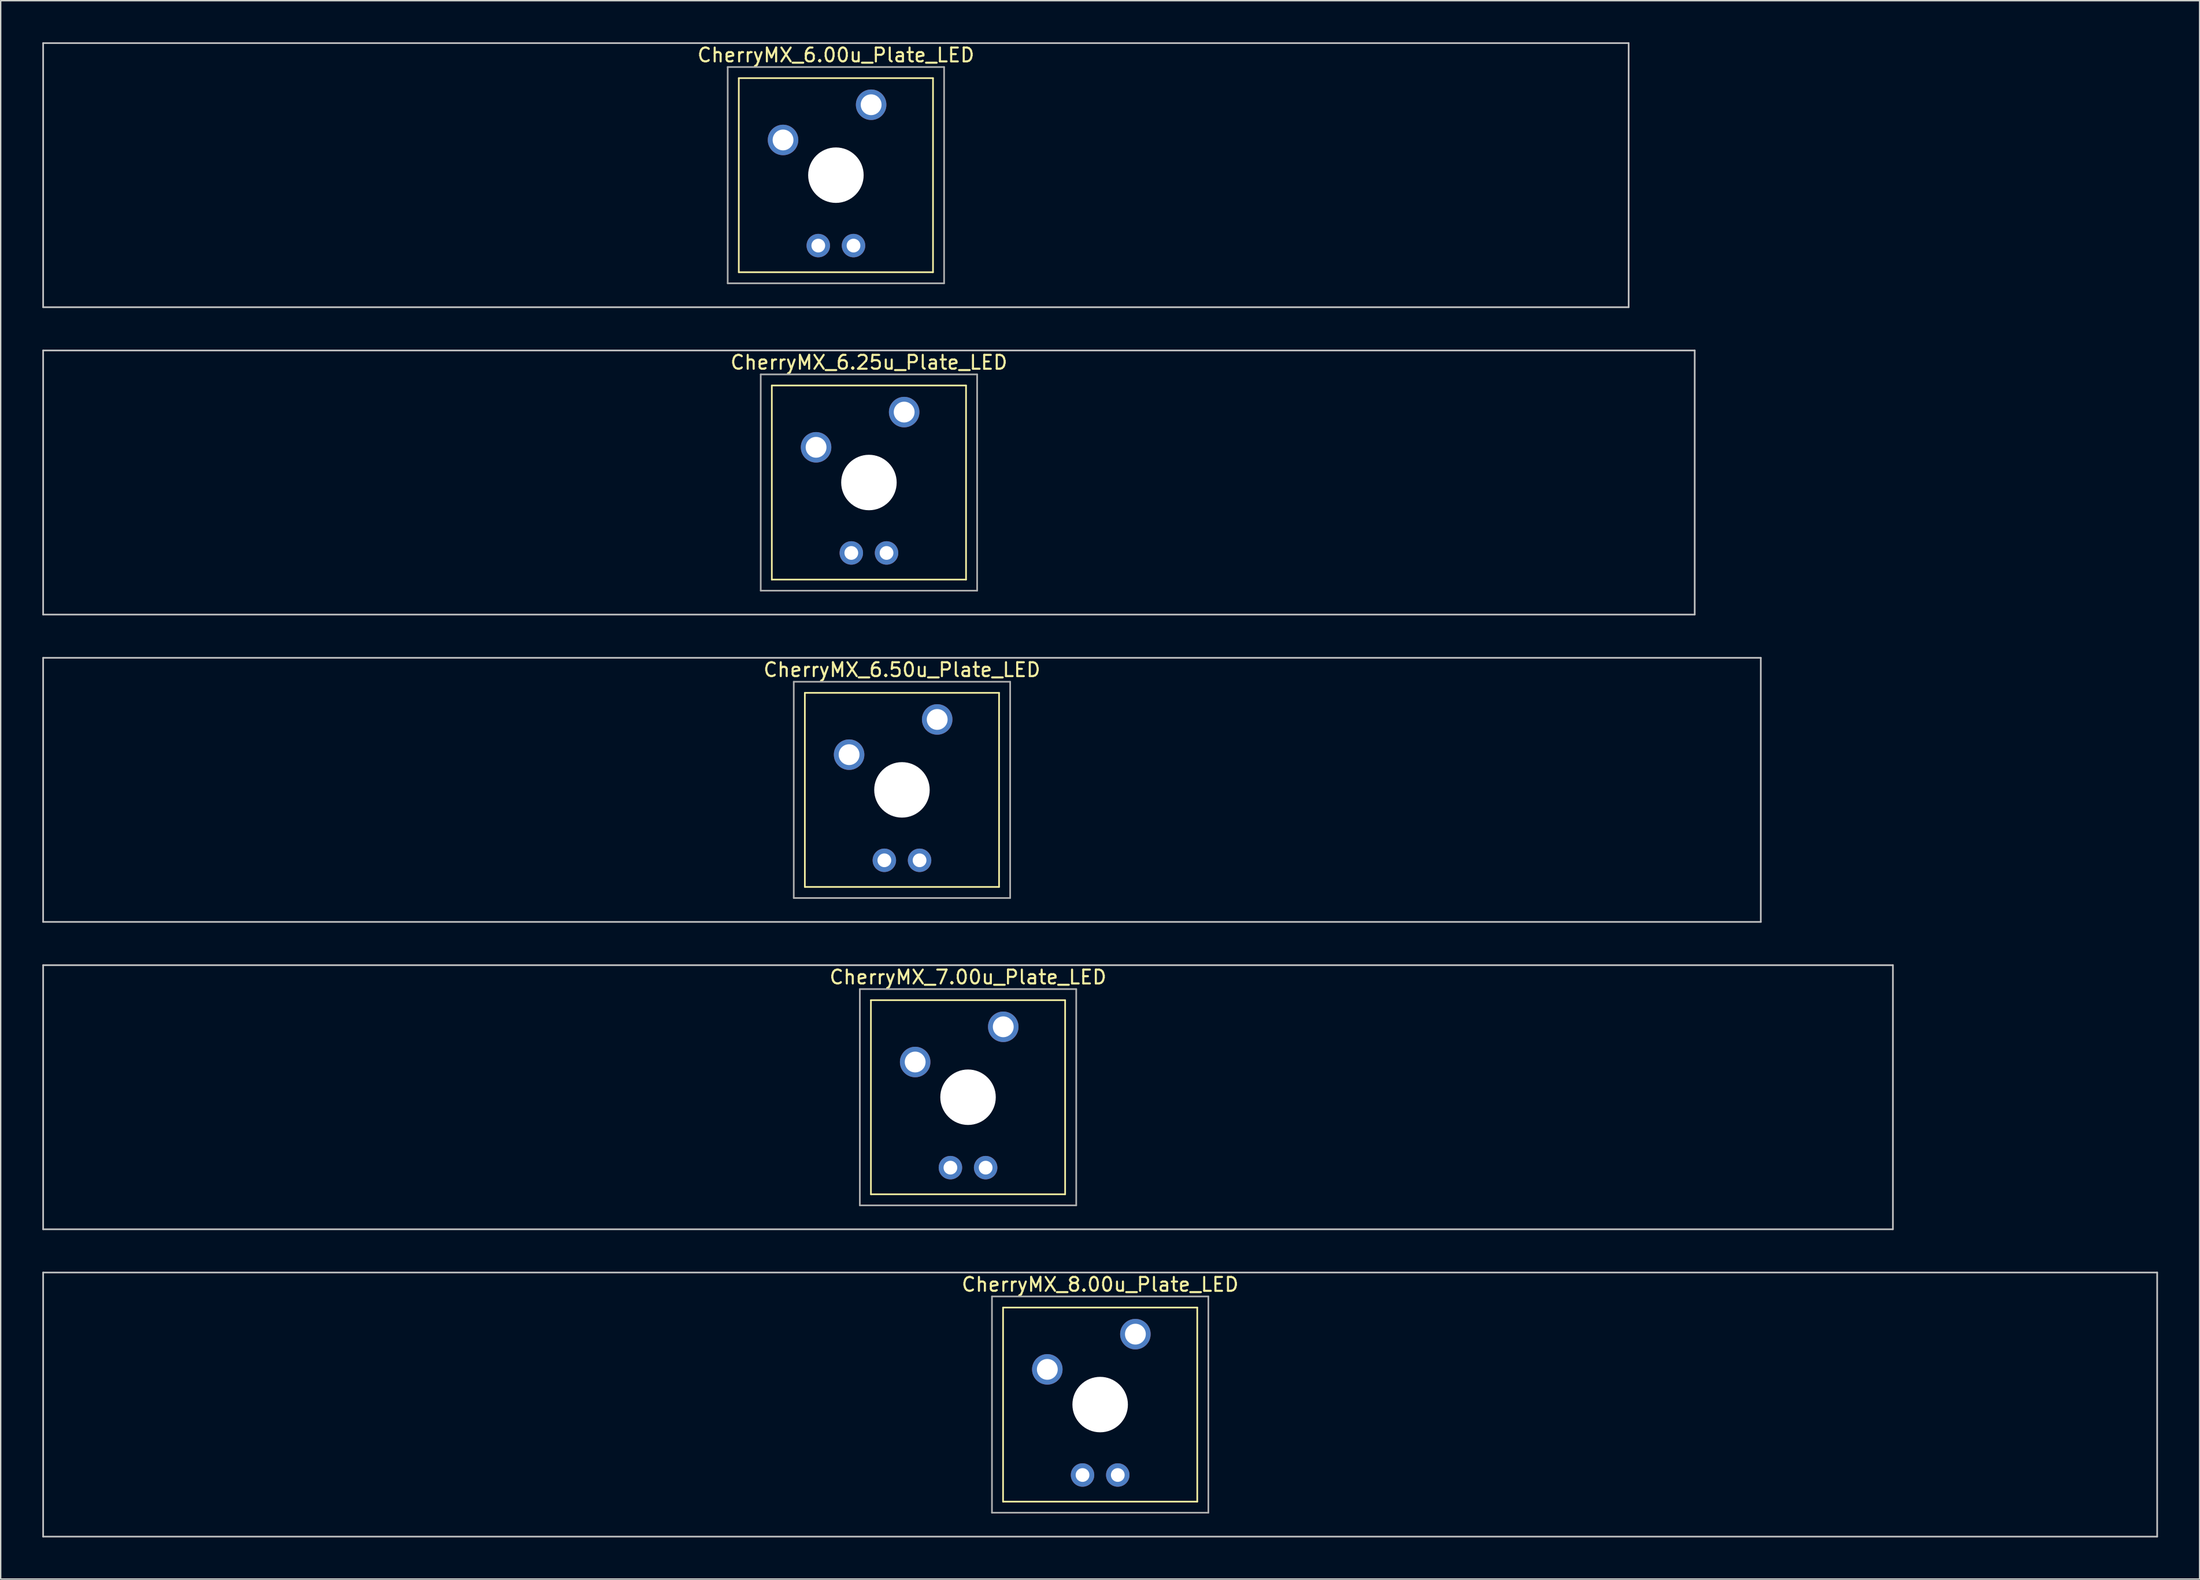
<source format=kicad_pcb>
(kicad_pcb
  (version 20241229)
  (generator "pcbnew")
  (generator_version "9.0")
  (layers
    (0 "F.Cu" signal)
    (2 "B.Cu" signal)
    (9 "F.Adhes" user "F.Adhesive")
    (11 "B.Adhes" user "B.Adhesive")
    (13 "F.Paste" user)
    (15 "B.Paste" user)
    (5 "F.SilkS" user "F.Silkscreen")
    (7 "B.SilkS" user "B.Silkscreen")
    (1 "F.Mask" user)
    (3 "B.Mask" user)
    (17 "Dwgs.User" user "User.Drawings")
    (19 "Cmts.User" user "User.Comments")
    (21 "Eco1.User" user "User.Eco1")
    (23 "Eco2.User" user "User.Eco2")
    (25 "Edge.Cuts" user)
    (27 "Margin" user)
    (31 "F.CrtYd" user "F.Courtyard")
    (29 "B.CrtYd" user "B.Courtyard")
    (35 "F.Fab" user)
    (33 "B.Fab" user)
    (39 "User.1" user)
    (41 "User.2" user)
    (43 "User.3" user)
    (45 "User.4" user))
  (footprint "CherryMX_6.00u_Plate_LED"
    (layer "F.Cu")
    (at 57.21 9.585)
    (property "Reference" "CherryMX_6.00u_Plate_LED" (at 0 -8.662 0) (layer "F.SilkS") (effects (font (size 1 1) (thickness 0.15))))
    (attr through_hole)
    (fp_line (start -7 -7) (end -7 7) (stroke (width 0.12) (type solid)) (layer "F.SilkS"))
    (fp_line (start -7 -7) (end 7 -7) (stroke (width 0.12) (type solid)) (layer "F.SilkS"))
    (fp_line (start 7 -7) (end 7 7) (stroke (width 0.12) (type solid)) (layer "F.SilkS"))
    (fp_line (start 7 7) (end -7 7) (stroke (width 0.12) (type solid)) (layer "F.SilkS"))
    (fp_line (start -57.15 -9.525) (end 57.15 -9.525) (stroke (width 0.12) (type solid)) (layer "Dwgs.User"))
    (fp_line (start -57.15 9.525) (end -57.15 -9.525) (stroke (width 0.12) (type solid)) (layer "Dwgs.User"))
    (fp_line (start 57.15 -9.525) (end 57.15 9.525) (stroke (width 0.12) (type solid)) (layer "Dwgs.User"))
    (fp_line (start 57.15 9.525) (end -57.15 9.525) (stroke (width 0.12) (type solid)) (layer "Dwgs.User"))
    (fp_line (start -7.8 -7.8) (end -7.8 7.8) (stroke (width 0.12) (type solid)) (layer "F.Fab"))
    (fp_line (start -7.8 -7.8) (end 7.8 -7.8) (stroke (width 0.12) (type solid)) (layer "F.Fab"))
    (fp_line (start -7.8 7.8) (end 7.8 7.8) (stroke (width 0.12) (type solid)) (layer "F.Fab"))
    (fp_line (start 7.8 -7.8) (end 7.8 7.8) (stroke (width 0.12) (type solid)) (layer "F.Fab"))
    (pad "" np_thru_hole circle (at 0 0) (size 4 4) (drill 4) (layers "*.Cu" "*.Mask"))
    (pad "1" thru_hole circle (at -3.81 -2.54) (size 2.2 2.2) (drill 1.5) (layers "*.Cu" "*.Mask"))
    (pad "2" thru_hole circle (at 2.54 -5.08) (size 2.2 2.2) (drill 1.5) (layers "*.Cu" "*.Mask"))
    (pad "3" thru_hole circle (at -1.27 5.08) (size 1.691 1.691) (drill 0.991) (layers "*.Cu" "*.Mask"))
    (pad "4" thru_hole circle (at 1.27 5.08) (size 1.691 1.691) (drill 0.991) (layers "*.Cu" "*.Mask")))
  (footprint "CherryMX_8.00u_Plate_LED"
    (layer "F.Cu")
    (at 76.26 98.265)
    (property "Reference" "CherryMX_8.00u_Plate_LED" (at 0 -8.662 0) (layer "F.SilkS") (effects (font (size 1 1) (thickness 0.15))))
    (attr through_hole)
    (fp_line (start -7 -7) (end -7 7) (stroke (width 0.12) (type solid)) (layer "F.SilkS"))
    (fp_line (start -7 -7) (end 7 -7) (stroke (width 0.12) (type solid)) (layer "F.SilkS"))
    (fp_line (start 7 -7) (end 7 7) (stroke (width 0.12) (type solid)) (layer "F.SilkS"))
    (fp_line (start 7 7) (end -7 7) (stroke (width 0.12) (type solid)) (layer "F.SilkS"))
    (fp_line (start -76.2 -9.525) (end 76.2 -9.525) (stroke (width 0.12) (type solid)) (layer "Dwgs.User"))
    (fp_line (start -76.2 9.525) (end -76.2 -9.525) (stroke (width 0.12) (type solid)) (layer "Dwgs.User"))
    (fp_line (start 76.2 -9.525) (end 76.2 9.525) (stroke (width 0.12) (type solid)) (layer "Dwgs.User"))
    (fp_line (start 76.2 9.525) (end -76.2 9.525) (stroke (width 0.12) (type solid)) (layer "Dwgs.User"))
    (fp_line (start -7.8 -7.8) (end -7.8 7.8) (stroke (width 0.12) (type solid)) (layer "F.Fab"))
    (fp_line (start -7.8 -7.8) (end 7.8 -7.8) (stroke (width 0.12) (type solid)) (layer "F.Fab"))
    (fp_line (start -7.8 7.8) (end 7.8 7.8) (stroke (width 0.12) (type solid)) (layer "F.Fab"))
    (fp_line (start 7.8 -7.8) (end 7.8 7.8) (stroke (width 0.12) (type solid)) (layer "F.Fab"))
    (pad "" np_thru_hole circle (at 0 0) (size 4 4) (drill 4) (layers "*.Cu" "*.Mask"))
    (pad "1" thru_hole circle (at -3.81 -2.54) (size 2.2 2.2) (drill 1.5) (layers "*.Cu" "*.Mask"))
    (pad "2" thru_hole circle (at 2.54 -5.08) (size 2.2 2.2) (drill 1.5) (layers "*.Cu" "*.Mask"))
    (pad "3" thru_hole circle (at -1.27 5.08) (size 1.691 1.691) (drill 0.991) (layers "*.Cu" "*.Mask"))
    (pad "4" thru_hole circle (at 1.27 5.08) (size 1.691 1.691) (drill 0.991) (layers "*.Cu" "*.Mask")))
  (footprint "CherryMX_6.50u_Plate_LED"
    (layer "F.Cu")
    (at 61.972 53.925)
    (property "Reference" "CherryMX_6.50u_Plate_LED" (at 0 -8.662 0) (layer "F.SilkS") (effects (font (size 1 1) (thickness 0.15))))
    (attr through_hole)
    (fp_line (start -7 -7) (end -7 7) (stroke (width 0.12) (type solid)) (layer "F.SilkS"))
    (fp_line (start -7 -7) (end 7 -7) (stroke (width 0.12) (type solid)) (layer "F.SilkS"))
    (fp_line (start 7 -7) (end 7 7) (stroke (width 0.12) (type solid)) (layer "F.SilkS"))
    (fp_line (start 7 7) (end -7 7) (stroke (width 0.12) (type solid)) (layer "F.SilkS"))
    (fp_line (start -61.913 -9.525) (end 61.913 -9.525) (stroke (width 0.12) (type solid)) (layer "Dwgs.User"))
    (fp_line (start -61.913 9.525) (end -61.913 -9.525) (stroke (width 0.12) (type solid)) (layer "Dwgs.User"))
    (fp_line (start 61.913 -9.525) (end 61.913 9.525) (stroke (width 0.12) (type solid)) (layer "Dwgs.User"))
    (fp_line (start 61.913 9.525) (end -61.913 9.525) (stroke (width 0.12) (type solid)) (layer "Dwgs.User"))
    (fp_line (start -7.8 -7.8) (end -7.8 7.8) (stroke (width 0.12) (type solid)) (layer "F.Fab"))
    (fp_line (start -7.8 -7.8) (end 7.8 -7.8) (stroke (width 0.12) (type solid)) (layer "F.Fab"))
    (fp_line (start -7.8 7.8) (end 7.8 7.8) (stroke (width 0.12) (type solid)) (layer "F.Fab"))
    (fp_line (start 7.8 -7.8) (end 7.8 7.8) (stroke (width 0.12) (type solid)) (layer "F.Fab"))
    (pad "" np_thru_hole circle (at 0 0) (size 4 4) (drill 4) (layers "*.Cu" "*.Mask"))
    (pad "1" thru_hole circle (at -3.81 -2.54) (size 2.2 2.2) (drill 1.5) (layers "*.Cu" "*.Mask"))
    (pad "2" thru_hole circle (at 2.54 -5.08) (size 2.2 2.2) (drill 1.5) (layers "*.Cu" "*.Mask"))
    (pad "3" thru_hole circle (at -1.27 5.08) (size 1.691 1.691) (drill 0.991) (layers "*.Cu" "*.Mask"))
    (pad "4" thru_hole circle (at 1.27 5.08) (size 1.691 1.691) (drill 0.991) (layers "*.Cu" "*.Mask")))
  (footprint "CherryMX_6.25u_Plate_LED"
    (layer "F.Cu")
    (at 59.591 31.755)
    (property "Reference" "CherryMX_6.25u_Plate_LED" (at 0 -8.662 0) (layer "F.SilkS") (effects (font (size 1 1) (thickness 0.15))))
    (attr through_hole)
    (fp_line (start -7 -7) (end -7 7) (stroke (width 0.12) (type solid)) (layer "F.SilkS"))
    (fp_line (start -7 -7) (end 7 -7) (stroke (width 0.12) (type solid)) (layer "F.SilkS"))
    (fp_line (start 7 -7) (end 7 7) (stroke (width 0.12) (type solid)) (layer "F.SilkS"))
    (fp_line (start 7 7) (end -7 7) (stroke (width 0.12) (type solid)) (layer "F.SilkS"))
    (fp_line (start -59.531 -9.525) (end 59.531 -9.525) (stroke (width 0.12) (type solid)) (layer "Dwgs.User"))
    (fp_line (start -59.531 9.525) (end -59.531 -9.525) (stroke (width 0.12) (type solid)) (layer "Dwgs.User"))
    (fp_line (start 59.531 -9.525) (end 59.531 9.525) (stroke (width 0.12) (type solid)) (layer "Dwgs.User"))
    (fp_line (start 59.531 9.525) (end -59.531 9.525) (stroke (width 0.12) (type solid)) (layer "Dwgs.User"))
    (fp_line (start -7.8 -7.8) (end -7.8 7.8) (stroke (width 0.12) (type solid)) (layer "F.Fab"))
    (fp_line (start -7.8 -7.8) (end 7.8 -7.8) (stroke (width 0.12) (type solid)) (layer "F.Fab"))
    (fp_line (start -7.8 7.8) (end 7.8 7.8) (stroke (width 0.12) (type solid)) (layer "F.Fab"))
    (fp_line (start 7.8 -7.8) (end 7.8 7.8) (stroke (width 0.12) (type solid)) (layer "F.Fab"))
    (pad "" np_thru_hole circle (at 0 0) (size 4 4) (drill 4) (layers "*.Cu" "*.Mask"))
    (pad "1" thru_hole circle (at -3.81 -2.54) (size 2.2 2.2) (drill 1.5) (layers "*.Cu" "*.Mask"))
    (pad "2" thru_hole circle (at 2.54 -5.08) (size 2.2 2.2) (drill 1.5) (layers "*.Cu" "*.Mask"))
    (pad "3" thru_hole circle (at -1.27 5.08) (size 1.691 1.691) (drill 0.991) (layers "*.Cu" "*.Mask"))
    (pad "4" thru_hole circle (at 1.27 5.08) (size 1.691 1.691) (drill 0.991) (layers "*.Cu" "*.Mask")))
  (footprint "CherryMX_7.00u_Plate_LED"
    (layer "F.Cu")
    (at 66.735 76.095)
    (property "Reference" "CherryMX_7.00u_Plate_LED" (at 0 -8.662 0) (layer "F.SilkS") (effects (font (size 1 1) (thickness 0.15))))
    (attr through_hole)
    (fp_line (start -7 -7) (end -7 7) (stroke (width 0.12) (type solid)) (layer "F.SilkS"))
    (fp_line (start -7 -7) (end 7 -7) (stroke (width 0.12) (type solid)) (layer "F.SilkS"))
    (fp_line (start 7 -7) (end 7 7) (stroke (width 0.12) (type solid)) (layer "F.SilkS"))
    (fp_line (start 7 7) (end -7 7) (stroke (width 0.12) (type solid)) (layer "F.SilkS"))
    (fp_line (start -66.675 -9.525) (end 66.675 -9.525) (stroke (width 0.12) (type solid)) (layer "Dwgs.User"))
    (fp_line (start -66.675 9.525) (end -66.675 -9.525) (stroke (width 0.12) (type solid)) (layer "Dwgs.User"))
    (fp_line (start 66.675 -9.525) (end 66.675 9.525) (stroke (width 0.12) (type solid)) (layer "Dwgs.User"))
    (fp_line (start 66.675 9.525) (end -66.675 9.525) (stroke (width 0.12) (type solid)) (layer "Dwgs.User"))
    (fp_line (start -7.8 -7.8) (end -7.8 7.8) (stroke (width 0.12) (type solid)) (layer "F.Fab"))
    (fp_line (start -7.8 -7.8) (end 7.8 -7.8) (stroke (width 0.12) (type solid)) (layer "F.Fab"))
    (fp_line (start -7.8 7.8) (end 7.8 7.8) (stroke (width 0.12) (type solid)) (layer "F.Fab"))
    (fp_line (start 7.8 -7.8) (end 7.8 7.8) (stroke (width 0.12) (type solid)) (layer "F.Fab"))
    (pad "" np_thru_hole circle (at 0 0) (size 4 4) (drill 4) (layers "*.Cu" "*.Mask"))
    (pad "1" thru_hole circle (at -3.81 -2.54) (size 2.2 2.2) (drill 1.5) (layers "*.Cu" "*.Mask"))
    (pad "2" thru_hole circle (at 2.54 -5.08) (size 2.2 2.2) (drill 1.5) (layers "*.Cu" "*.Mask"))
    (pad "3" thru_hole circle (at -1.27 5.08) (size 1.691 1.691) (drill 0.991) (layers "*.Cu" "*.Mask"))
    (pad "4" thru_hole circle (at 1.27 5.08) (size 1.691 1.691) (drill 0.991) (layers "*.Cu" "*.Mask")))
  (gr_rect
    (start -3 -3)
    (end 155.52 110.85)
    (stroke (width 0.1) (type default))
    (fill no)
    (layer "Edge.Cuts")))
</source>
